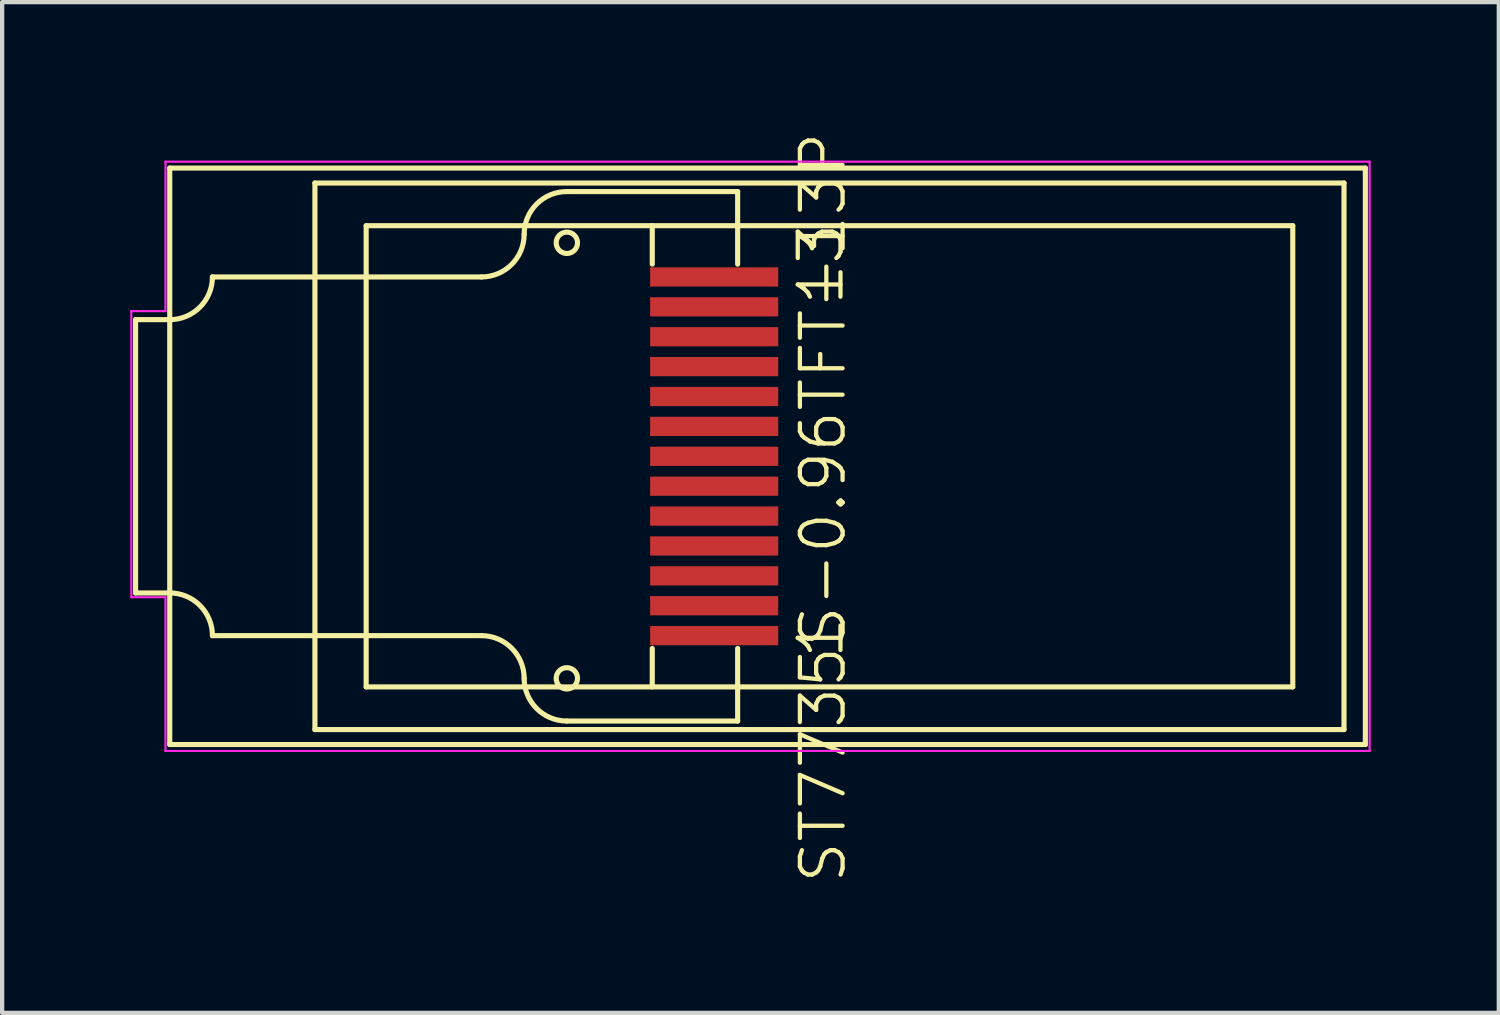
<source format=kicad_pcb>
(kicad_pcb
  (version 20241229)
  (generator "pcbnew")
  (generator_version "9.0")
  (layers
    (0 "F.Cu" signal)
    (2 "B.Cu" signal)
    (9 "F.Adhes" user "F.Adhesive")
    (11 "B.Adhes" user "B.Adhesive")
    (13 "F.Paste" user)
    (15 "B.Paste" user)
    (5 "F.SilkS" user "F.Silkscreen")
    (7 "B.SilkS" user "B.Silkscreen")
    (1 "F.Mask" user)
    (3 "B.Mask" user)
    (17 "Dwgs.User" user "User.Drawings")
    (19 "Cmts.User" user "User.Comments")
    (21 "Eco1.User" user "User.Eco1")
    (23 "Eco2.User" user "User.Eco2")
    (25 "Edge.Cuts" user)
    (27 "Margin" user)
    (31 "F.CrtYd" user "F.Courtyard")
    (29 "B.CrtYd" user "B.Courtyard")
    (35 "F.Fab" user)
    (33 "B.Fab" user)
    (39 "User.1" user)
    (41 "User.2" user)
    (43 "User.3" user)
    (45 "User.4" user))
  (footprint "ST7735S-0.96TFT-13P"
    (layer "F.Cu")
    (at 14.925 7.636)
    (property "Reference" "ST7735S-0.96TFT-13P" (at 1.3 1.2 90) (layer "F.SilkS") (effects (font (size 1 1) (thickness 0.1))))
    (attr through_hole)
    (fp_line (start -14.8 -3.2) (end -14.8 3.2) (stroke (width 0.12) (type solid)) (layer "F.SilkS"))
    (fp_line (start -14.8 3.2) (end -14 3.2) (stroke (width 0.12) (type solid)) (layer "F.SilkS"))
    (fp_line (start -14 -6.75) (end 14 -6.75) (stroke (width 0.12) (type solid)) (layer "F.SilkS"))
    (fp_line (start -14 -3.2) (end -14.8 -3.2) (stroke (width 0.12) (type solid)) (layer "F.SilkS"))
    (fp_line (start -14 6.75) (end -14 -6.75) (stroke (width 0.12) (type solid)) (layer "F.SilkS"))
    (fp_line (start -10.6 6.4) (end -10.6 -6.4) (stroke (width 0.12) (type solid)) (layer "F.SilkS"))
    (fp_line (start -9.4 -5.4) (end 12.3 -5.4) (stroke (width 0.12) (type solid)) (layer "F.SilkS"))
    (fp_line (start -9.4 5.4) (end -9.4 -5.4) (stroke (width 0.12) (type solid)) (layer "F.SilkS"))
    (fp_line (start -6.7 -4.2) (end -13 -4.2) (stroke (width 0.12) (type solid)) (layer "F.SilkS"))
    (fp_line (start -6.7 4.2) (end -13 4.2) (stroke (width 0.12) (type solid)) (layer "F.SilkS"))
    (fp_line (start -2.7 -4.5) (end -2.7 -5.4) (stroke (width 0.12) (type solid)) (layer "F.SilkS"))
    (fp_line (start -2.7 4.5) (end -2.7 5.4) (stroke (width 0.12) (type solid)) (layer "F.SilkS"))
    (fp_line (start -0.7 -6.2) (end -4.7 -6.2) (stroke (width 0.12) (type solid)) (layer "F.SilkS"))
    (fp_line (start -0.7 -4.5) (end -0.7 -6.2) (stroke (width 0.12) (type solid)) (layer "F.SilkS"))
    (fp_line (start -0.7 4.5) (end -0.7 6.2) (stroke (width 0.12) (type solid)) (layer "F.SilkS"))
    (fp_line (start -0.7 6.2) (end -4.7 6.2) (stroke (width 0.12) (type solid)) (layer "F.SilkS"))
    (fp_line (start 12.3 -5.4) (end 12.3 5.4) (stroke (width 0.12) (type solid)) (layer "F.SilkS"))
    (fp_line (start 12.3 5.4) (end -9.4 5.4) (stroke (width 0.12) (type solid)) (layer "F.SilkS"))
    (fp_line (start 13.5 -6.4) (end -10.6 -6.4) (stroke (width 0.12) (type solid)) (layer "F.SilkS"))
    (fp_line (start 13.5 -6.4) (end 13.5 6.4) (stroke (width 0.12) (type solid)) (layer "F.SilkS"))
    (fp_line (start 13.5 6.4) (end -10.6 6.4) (stroke (width 0.12) (type solid)) (layer "F.SilkS"))
    (fp_line (start 14 -6.75) (end 14 6.75) (stroke (width 0.12) (type solid)) (layer "F.SilkS"))
    (fp_line (start 14 6.75) (end -14 6.75) (stroke (width 0.12) (type solid)) (layer "F.SilkS"))
    (fp_arc (start -14 3.2) (mid -13.292893 3.492893) (end -13 4.2) (stroke (width 0.12) (type solid)) (layer "F.SilkS"))
    (fp_arc (start -13 -4.2) (mid -13.292893 -3.492893) (end -14 -3.2) (stroke (width 0.12) (type solid)) (layer "F.SilkS"))
    (fp_arc (start -6.7 4.2) (mid -5.992893 4.492893) (end -5.7 5.2) (stroke (width 0.12) (type solid)) (layer "F.SilkS"))
    (fp_arc (start -5.7 -5.2) (mid -5.992893 -4.492893) (end -6.7 -4.2) (stroke (width 0.12) (type solid)) (layer "F.SilkS"))
    (fp_arc (start -5.7 -5.2) (mid -5.407107 -5.907107) (end -4.7 -6.2) (stroke (width 0.12) (type solid)) (layer "F.SilkS"))
    (fp_arc (start -4.7 6.2) (mid -5.407107 5.907107) (end -5.7 5.2) (stroke (width 0.12) (type solid)) (layer "F.SilkS"))
    (fp_circle (center -4.7 -5) (end -4.95 -5) (stroke (width 0.12) (type solid)) (fill no) (layer "F.SilkS"))
    (fp_circle (center -4.7 5.2) (end -4.45 5.2) (stroke (width 0.12) (type solid)) (fill no) (layer "F.SilkS"))
    (fp_line (start -14.9 -3.4) (end -14.9 3.3) (stroke (width 0.05) (type solid)) (layer "F.CrtYd"))
    (fp_line (start -14.9 3.3) (end -14.1 3.3) (stroke (width 0.05) (type solid)) (layer "F.CrtYd"))
    (fp_line (start -14.1 -6.9) (end -14.1 -3.4) (stroke (width 0.05) (type solid)) (layer "F.CrtYd"))
    (fp_line (start -14.1 -3.4) (end -14.9 -3.4) (stroke (width 0.05) (type solid)) (layer "F.CrtYd"))
    (fp_line (start -14.1 3.3) (end -14.1 6.9) (stroke (width 0.05) (type solid)) (layer "F.CrtYd"))
    (fp_line (start -14.1 6.9) (end 14.1 6.9) (stroke (width 0.05) (type solid)) (layer "F.CrtYd"))
    (fp_line (start 14.1 -6.9) (end -14.1 -6.9) (stroke (width 0.05) (type solid)) (layer "F.CrtYd"))
    (fp_line (start 14.1 6.9) (end 14.1 -6.9) (stroke (width 0.05) (type solid)) (layer "F.CrtYd"))
    (fp_text user "13" (at 1.25 -4.5 270) (layer "F.SilkS") (effects (font (size 1 1) (thickness 0.1))))
    (fp_text user "1" (at 1.25 4.25 270) (layer "F.SilkS") (effects (font (size 1 1) (thickness 0.1))))
    (pad "1" smd rect (at -1.25 4.2 180) (size 3 0.45) (layers "F.Cu" "F.Mask" "F.Paste"))
    (pad "2" smd rect (at -1.25 3.5 180) (size 3 0.45) (layers "F.Cu" "F.Mask" "F.Paste"))
    (pad "3" smd rect (at -1.25 2.8 180) (size 3 0.45) (layers "F.Cu" "F.Mask" "F.Paste"))
    (pad "4" smd rect (at -1.25 2.1 180) (size 3 0.45) (layers "F.Cu" "F.Mask" "F.Paste"))
    (pad "5" smd rect (at -1.25 1.4 180) (size 3 0.45) (layers "F.Cu" "F.Mask" "F.Paste"))
    (pad "6" smd rect (at -1.25 0.7 180) (size 3 0.45) (layers "F.Cu" "F.Mask" "F.Paste"))
    (pad "7" smd rect (at -1.25 0 180) (size 3 0.45) (layers "F.Cu" "F.Mask" "F.Paste"))
    (pad "8" smd rect (at -1.25 -0.7 180) (size 3 0.45) (layers "F.Cu" "F.Mask" "F.Paste"))
    (pad "9" smd rect (at -1.25 -1.4 180) (size 3 0.45) (layers "F.Cu" "F.Mask" "F.Paste"))
    (pad "10" smd rect (at -1.25 -2.1 180) (size 3 0.45) (layers "F.Cu" "F.Mask" "F.Paste"))
    (pad "11" smd rect (at -1.25 -2.8 180) (size 3 0.45) (layers "F.Cu" "F.Mask" "F.Paste"))
    (pad "12" smd rect (at -1.25 -3.5 180) (size 3 0.45) (layers "F.Cu" "F.Mask" "F.Paste"))
    (pad "13" smd rect (at -1.25 -4.2 180) (size 3 0.45) (layers "F.Cu" "F.Mask" "F.Paste")))
  (gr_rect
    (start -3 -3)
    (end 32.05 20.671)
    (stroke (width 0.1) (type default))
    (fill no)
    (layer "Edge.Cuts")))
</source>
